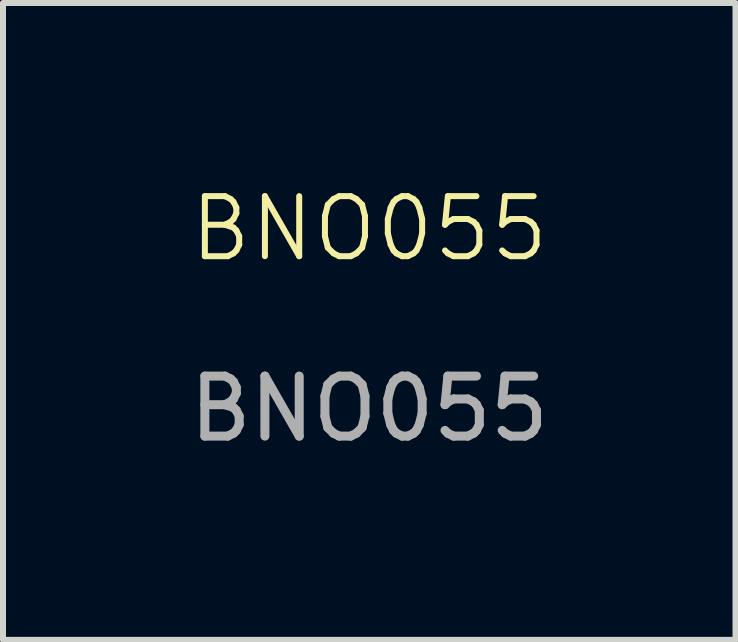
<source format=kicad_pcb>
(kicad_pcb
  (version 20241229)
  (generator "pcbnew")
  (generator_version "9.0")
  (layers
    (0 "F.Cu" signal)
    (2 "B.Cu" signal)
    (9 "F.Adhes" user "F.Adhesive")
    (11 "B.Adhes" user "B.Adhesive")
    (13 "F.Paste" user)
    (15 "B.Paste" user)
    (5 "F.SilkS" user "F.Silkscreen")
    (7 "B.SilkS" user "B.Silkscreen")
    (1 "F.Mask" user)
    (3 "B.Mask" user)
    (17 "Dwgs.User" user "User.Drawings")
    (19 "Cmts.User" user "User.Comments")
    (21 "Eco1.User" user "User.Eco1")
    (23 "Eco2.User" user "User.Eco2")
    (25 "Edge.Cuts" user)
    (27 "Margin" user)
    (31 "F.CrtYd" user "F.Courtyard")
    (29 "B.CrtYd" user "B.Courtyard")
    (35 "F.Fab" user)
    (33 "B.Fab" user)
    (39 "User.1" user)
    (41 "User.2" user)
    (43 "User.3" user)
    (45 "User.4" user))
  (footprint "BNO055"
    (layer "F.Cu")
    (at 3.101 1.26)
    (property "Reference" "BNO055" (at 0 -0.5 0) (unlocked yes) (layer "F.SilkS") (effects (font (size 1 1) (thickness 0.1))))
    (attr smd)
    (fp_text user "${REFERENCE}" (at 0 2.5 0) (unlocked yes) (layer "F.Fab") (effects (font (size 1 1) (thickness 0.15)))))
  (gr_rect
    (start -3 -3)
    (end 9.202 7.609)
    (stroke (width 0.1) (type default))
    (fill no)
    (layer "Edge.Cuts")))
</source>
